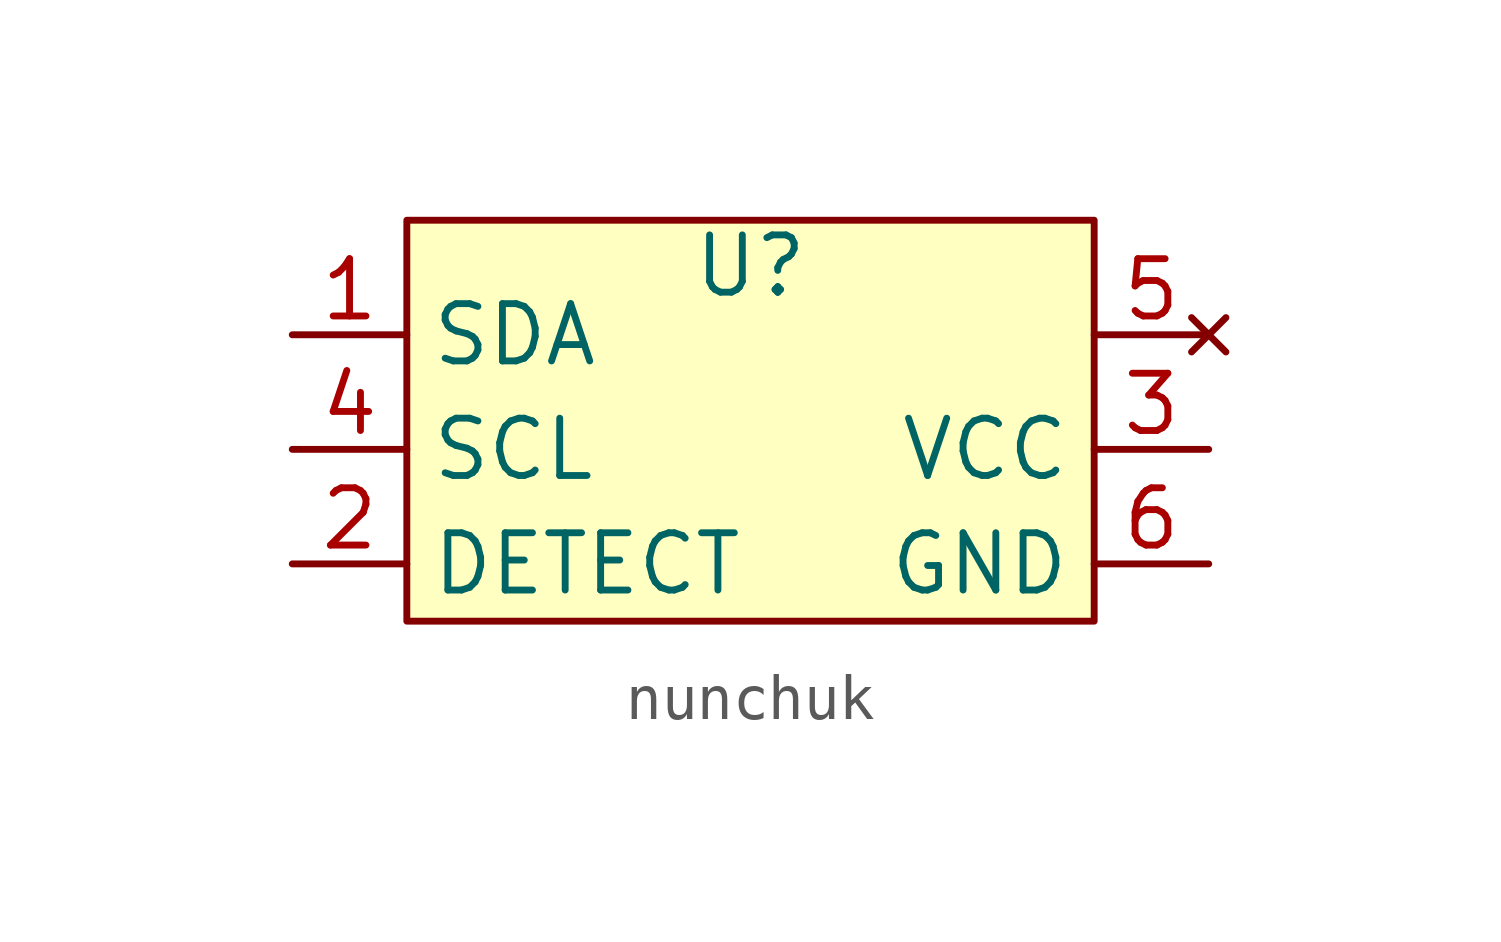
<source format=kicad_sym>
(kicad_symbol_lib
  (version 20231120)
  (generator "kicad_symbol_editor")
  (generator_version "8.0")
  (symbol "nunchuk"
    (property "Reference" "U"
      (at 0 4.064 0)
      (effects (font (size 1.27 1.27))))
    (property "Value" ""
      (at 0 0 0)
      (effects (font (size 1.27 1.27))))
    (symbol "nunchuk_1_1"
      (rectangle (start -7.62 5.08) (end 7.62 -3.81) (stroke (width 0) (type default)) (fill (type background)))
      (pin bidirectional line (at -10.16 2.54 0) (length 2.54) (name "SDA" (effects (font (size 1.27 1.27)))) (number "1" (effects (font (size 1.27 1.27)))))
      (pin output line (at -10.16 -2.54 0) (length 2.54) (name "DETECT" (effects (font (size 1.27 1.27)))) (number "2" (effects (font (size 1.27 1.27)))))
      (pin power_in line (at 10.16 0 180) (length 2.54) (name "VCC" (effects (font (size 1.27 1.27)))) (number "3" (effects (font (size 1.27 1.27)))))
      (pin input line (at -10.16 0 0) (length 2.54) (name "SCL" (effects (font (size 1.27 1.27)))) (number "4" (effects (font (size 1.27 1.27)))))
      (pin no_connect line (at 10.16 2.54 180) (length 2.54) (name "" (effects (font (size 1.27 1.27)))) (number "5" (effects (font (size 1.27 1.27)))))
      (pin output line (at 10.16 -2.54 180) (length 2.54) (name "GND" (effects (font (size 1.27 1.27)))) (number "6" (effects (font (size 1.27 1.27))))))))
</source>
